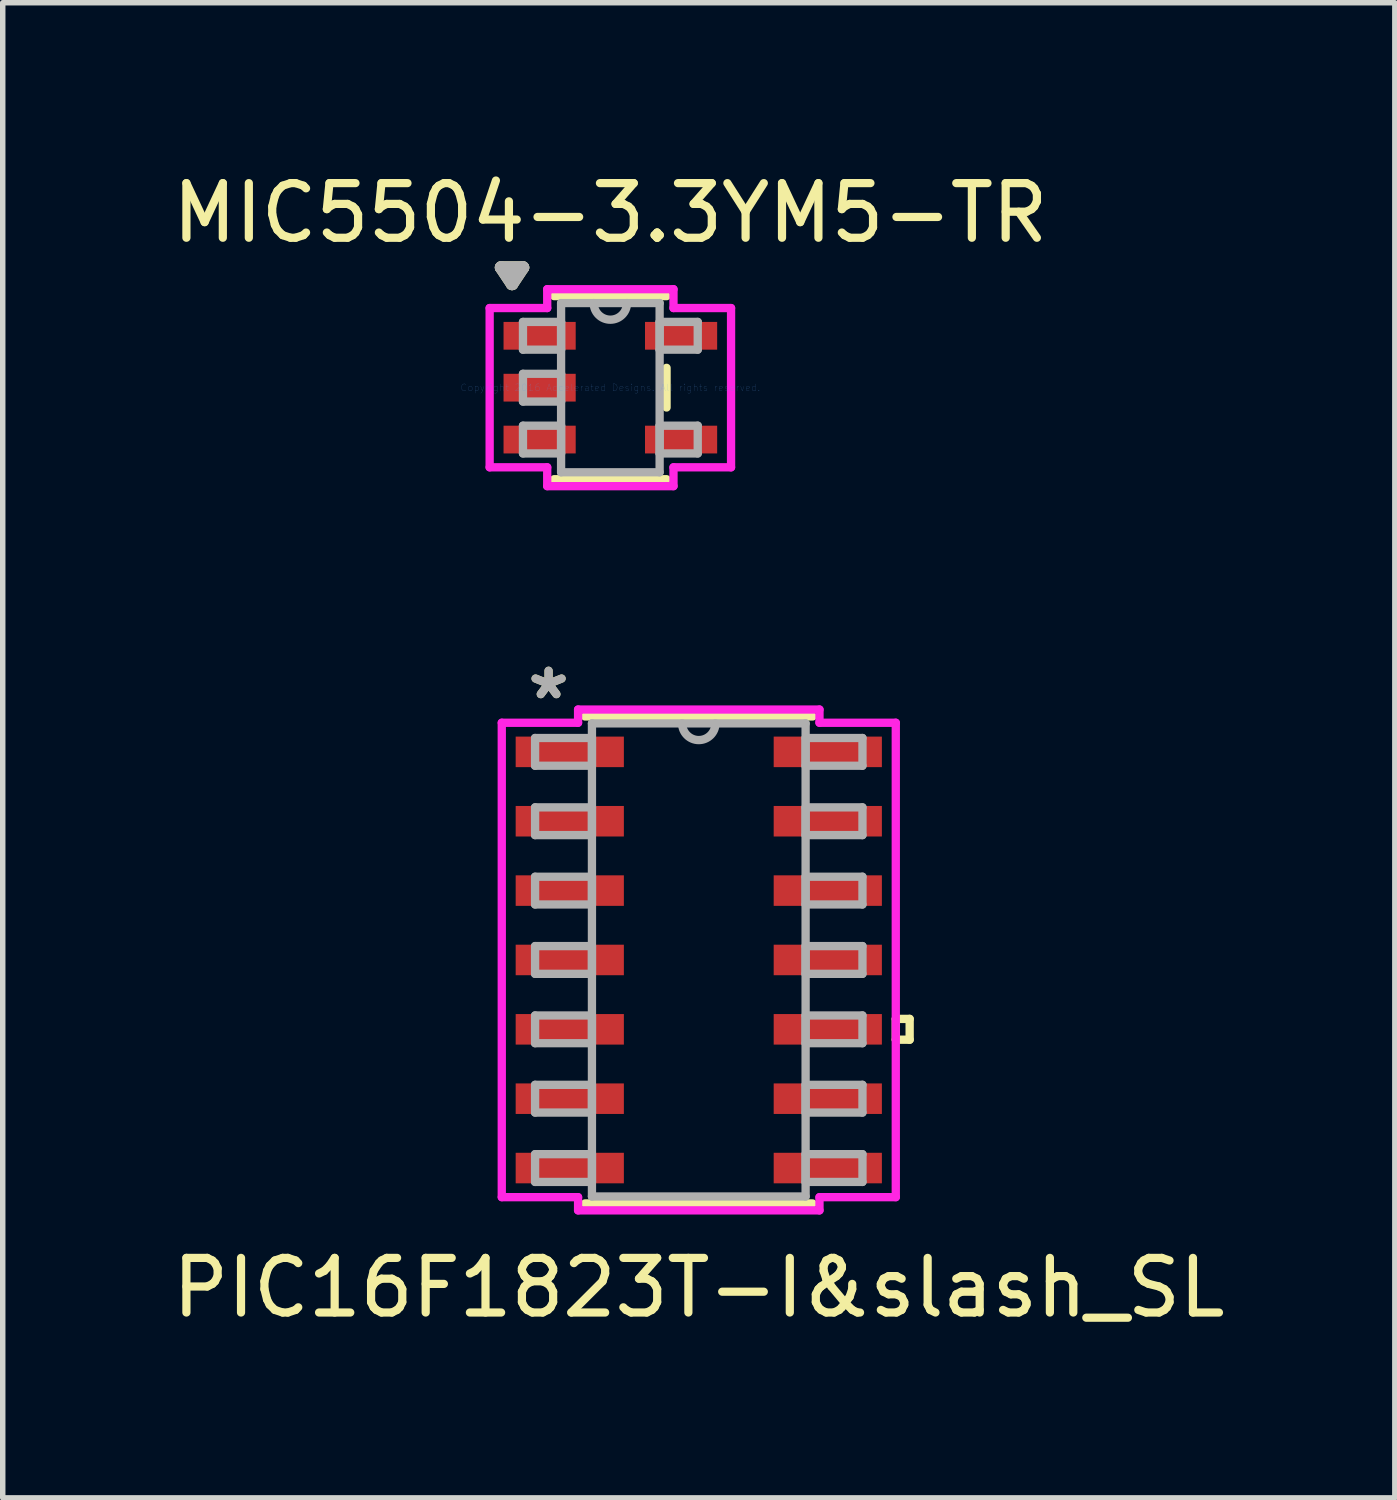
<source format=kicad_pcb>
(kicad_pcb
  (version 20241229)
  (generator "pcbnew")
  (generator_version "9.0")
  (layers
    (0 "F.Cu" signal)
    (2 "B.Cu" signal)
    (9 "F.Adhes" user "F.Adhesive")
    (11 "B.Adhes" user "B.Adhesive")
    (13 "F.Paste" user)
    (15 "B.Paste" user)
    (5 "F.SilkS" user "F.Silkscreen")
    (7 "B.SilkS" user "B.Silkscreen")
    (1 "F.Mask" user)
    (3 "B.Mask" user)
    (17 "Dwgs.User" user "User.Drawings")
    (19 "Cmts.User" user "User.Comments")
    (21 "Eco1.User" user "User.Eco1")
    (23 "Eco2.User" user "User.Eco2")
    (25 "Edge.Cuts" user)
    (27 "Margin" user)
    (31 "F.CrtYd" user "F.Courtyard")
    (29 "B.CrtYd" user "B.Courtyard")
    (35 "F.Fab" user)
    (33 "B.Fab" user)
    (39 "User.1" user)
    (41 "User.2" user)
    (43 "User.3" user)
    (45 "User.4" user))
  (footprint "PIC16F1823T-I&slash_SL"
    (layer "F.Cu")
    (at 9.744 14.526)
    (property "Reference" "PIC16F1823T-I&slash_SL" (at 0 6 0) (layer "F.SilkS") (effects (font (size 1 1) (thickness 0.15))))
    (attr through_hole)
    (fp_line (start -2.083 4.458) (end 2.083 4.458) (stroke (width 0.152) (type solid)) (layer "F.SilkS"))
    (fp_line (start 2.083 -4.458) (end -2.083 -4.458) (stroke (width 0.152) (type solid)) (layer "F.SilkS"))
    (fp_line (start 3.607 1.079) (end 3.861 1.079) (stroke (width 0.152) (type solid)) (layer "F.SilkS"))
    (fp_line (start 3.607 1.46) (end 3.607 1.079) (stroke (width 0.152) (type solid)) (layer "F.SilkS"))
    (fp_line (start 3.861 1.079) (end 3.861 1.46) (stroke (width 0.152) (type solid)) (layer "F.SilkS"))
    (fp_line (start 3.861 1.46) (end 3.607 1.46) (stroke (width 0.152) (type solid)) (layer "F.SilkS"))
    (fp_line (start -3.607 -4.343) (end -2.21 -4.343) (stroke (width 0.152) (type solid)) (layer "F.CrtYd"))
    (fp_line (start -3.607 4.343) (end -3.607 -4.343) (stroke (width 0.152) (type solid)) (layer "F.CrtYd"))
    (fp_line (start -2.21 -4.585) (end 2.21 -4.585) (stroke (width 0.152) (type solid)) (layer "F.CrtYd"))
    (fp_line (start -2.21 -4.343) (end -2.21 -4.585) (stroke (width 0.152) (type solid)) (layer "F.CrtYd"))
    (fp_line (start -2.21 4.343) (end -3.607 4.343) (stroke (width 0.152) (type solid)) (layer "F.CrtYd"))
    (fp_line (start -2.21 4.585) (end -2.21 4.343) (stroke (width 0.152) (type solid)) (layer "F.CrtYd"))
    (fp_line (start 2.21 -4.585) (end 2.21 -4.343) (stroke (width 0.152) (type solid)) (layer "F.CrtYd"))
    (fp_line (start 2.21 -4.343) (end 3.607 -4.343) (stroke (width 0.152) (type solid)) (layer "F.CrtYd"))
    (fp_line (start 2.21 4.343) (end 2.21 4.585) (stroke (width 0.152) (type solid)) (layer "F.CrtYd"))
    (fp_line (start 2.21 4.585) (end -2.21 4.585) (stroke (width 0.152) (type solid)) (layer "F.CrtYd"))
    (fp_line (start 3.607 -4.343) (end 3.607 4.343) (stroke (width 0.152) (type solid)) (layer "F.CrtYd"))
    (fp_line (start 3.607 4.343) (end 2.21 4.343) (stroke (width 0.152) (type solid)) (layer "F.CrtYd"))
    (fp_line (start -2.997 -4.064) (end -2.997 -3.556) (stroke (width 0.152) (type solid)) (layer "F.Fab"))
    (fp_line (start -2.997 -3.556) (end -1.956 -3.556) (stroke (width 0.152) (type solid)) (layer "F.Fab"))
    (fp_line (start -2.997 -2.794) (end -2.997 -2.286) (stroke (width 0.152) (type solid)) (layer "F.Fab"))
    (fp_line (start -2.997 -2.286) (end -1.956 -2.286) (stroke (width 0.152) (type solid)) (layer "F.Fab"))
    (fp_line (start -2.997 -1.524) (end -2.997 -1.016) (stroke (width 0.152) (type solid)) (layer "F.Fab"))
    (fp_line (start -2.997 -1.016) (end -1.956 -1.016) (stroke (width 0.152) (type solid)) (layer "F.Fab"))
    (fp_line (start -2.997 -0.254) (end -2.997 0.254) (stroke (width 0.152) (type solid)) (layer "F.Fab"))
    (fp_line (start -2.997 0.254) (end -1.956 0.254) (stroke (width 0.152) (type solid)) (layer "F.Fab"))
    (fp_line (start -2.997 1.016) (end -2.997 1.524) (stroke (width 0.152) (type solid)) (layer "F.Fab"))
    (fp_line (start -2.997 1.524) (end -1.956 1.524) (stroke (width 0.152) (type solid)) (layer "F.Fab"))
    (fp_line (start -2.997 2.286) (end -2.997 2.794) (stroke (width 0.152) (type solid)) (layer "F.Fab"))
    (fp_line (start -2.997 2.794) (end -1.956 2.794) (stroke (width 0.152) (type solid)) (layer "F.Fab"))
    (fp_line (start -2.997 3.556) (end -2.997 4.064) (stroke (width 0.152) (type solid)) (layer "F.Fab"))
    (fp_line (start -2.997 4.064) (end -1.956 4.064) (stroke (width 0.152) (type solid)) (layer "F.Fab"))
    (fp_line (start -1.956 -4.331) (end -1.956 4.331) (stroke (width 0.152) (type solid)) (layer "F.Fab"))
    (fp_line (start -1.956 -4.064) (end -2.997 -4.064) (stroke (width 0.152) (type solid)) (layer "F.Fab"))
    (fp_line (start -1.956 -3.556) (end -1.956 -4.064) (stroke (width 0.152) (type solid)) (layer "F.Fab"))
    (fp_line (start -1.956 -2.794) (end -2.997 -2.794) (stroke (width 0.152) (type solid)) (layer "F.Fab"))
    (fp_line (start -1.956 -2.286) (end -1.956 -2.794) (stroke (width 0.152) (type solid)) (layer "F.Fab"))
    (fp_line (start -1.956 -1.524) (end -2.997 -1.524) (stroke (width 0.152) (type solid)) (layer "F.Fab"))
    (fp_line (start -1.956 -1.016) (end -1.956 -1.524) (stroke (width 0.152) (type solid)) (layer "F.Fab"))
    (fp_line (start -1.956 -0.254) (end -2.997 -0.254) (stroke (width 0.152) (type solid)) (layer "F.Fab"))
    (fp_line (start -1.956 0.254) (end -1.956 -0.254) (stroke (width 0.152) (type solid)) (layer "F.Fab"))
    (fp_line (start -1.956 1.016) (end -2.997 1.016) (stroke (width 0.152) (type solid)) (layer "F.Fab"))
    (fp_line (start -1.956 1.524) (end -1.956 1.016) (stroke (width 0.152) (type solid)) (layer "F.Fab"))
    (fp_line (start -1.956 2.286) (end -2.997 2.286) (stroke (width 0.152) (type solid)) (layer "F.Fab"))
    (fp_line (start -1.956 2.794) (end -1.956 2.286) (stroke (width 0.152) (type solid)) (layer "F.Fab"))
    (fp_line (start -1.956 3.556) (end -2.997 3.556) (stroke (width 0.152) (type solid)) (layer "F.Fab"))
    (fp_line (start -1.956 4.064) (end -1.956 3.556) (stroke (width 0.152) (type solid)) (layer "F.Fab"))
    (fp_line (start -1.956 4.331) (end 1.956 4.331) (stroke (width 0.152) (type solid)) (layer "F.Fab"))
    (fp_line (start 1.956 -4.331) (end -1.956 -4.331) (stroke (width 0.152) (type solid)) (layer "F.Fab"))
    (fp_line (start 1.956 -4.064) (end 1.956 -3.556) (stroke (width 0.152) (type solid)) (layer "F.Fab"))
    (fp_line (start 1.956 -3.556) (end 2.997 -3.556) (stroke (width 0.152) (type solid)) (layer "F.Fab"))
    (fp_line (start 1.956 -2.794) (end 1.956 -2.286) (stroke (width 0.152) (type solid)) (layer "F.Fab"))
    (fp_line (start 1.956 -2.286) (end 2.997 -2.286) (stroke (width 0.152) (type solid)) (layer "F.Fab"))
    (fp_line (start 1.956 -1.524) (end 1.956 -1.016) (stroke (width 0.152) (type solid)) (layer "F.Fab"))
    (fp_line (start 1.956 -1.016) (end 2.997 -1.016) (stroke (width 0.152) (type solid)) (layer "F.Fab"))
    (fp_line (start 1.956 -0.254) (end 1.956 0.254) (stroke (width 0.152) (type solid)) (layer "F.Fab"))
    (fp_line (start 1.956 0.254) (end 2.997 0.254) (stroke (width 0.152) (type solid)) (layer "F.Fab"))
    (fp_line (start 1.956 1.016) (end 1.956 1.524) (stroke (width 0.152) (type solid)) (layer "F.Fab"))
    (fp_line (start 1.956 1.524) (end 2.997 1.524) (stroke (width 0.152) (type solid)) (layer "F.Fab"))
    (fp_line (start 1.956 2.286) (end 1.956 2.794) (stroke (width 0.152) (type solid)) (layer "F.Fab"))
    (fp_line (start 1.956 2.794) (end 2.997 2.794) (stroke (width 0.152) (type solid)) (layer "F.Fab"))
    (fp_line (start 1.956 3.556) (end 1.956 4.064) (stroke (width 0.152) (type solid)) (layer "F.Fab"))
    (fp_line (start 1.956 4.064) (end 2.997 4.064) (stroke (width 0.152) (type solid)) (layer "F.Fab"))
    (fp_line (start 1.956 4.331) (end 1.956 -4.331) (stroke (width 0.152) (type solid)) (layer "F.Fab"))
    (fp_line (start 2.997 -4.064) (end 1.956 -4.064) (stroke (width 0.152) (type solid)) (layer "F.Fab"))
    (fp_line (start 2.997 -3.556) (end 2.997 -4.064) (stroke (width 0.152) (type solid)) (layer "F.Fab"))
    (fp_line (start 2.997 -2.794) (end 1.956 -2.794) (stroke (width 0.152) (type solid)) (layer "F.Fab"))
    (fp_line (start 2.997 -2.286) (end 2.997 -2.794) (stroke (width 0.152) (type solid)) (layer "F.Fab"))
    (fp_line (start 2.997 -1.524) (end 1.956 -1.524) (stroke (width 0.152) (type solid)) (layer "F.Fab"))
    (fp_line (start 2.997 -1.016) (end 2.997 -1.524) (stroke (width 0.152) (type solid)) (layer "F.Fab"))
    (fp_line (start 2.997 -0.254) (end 1.956 -0.254) (stroke (width 0.152) (type solid)) (layer "F.Fab"))
    (fp_line (start 2.997 0.254) (end 2.997 -0.254) (stroke (width 0.152) (type solid)) (layer "F.Fab"))
    (fp_line (start 2.997 1.016) (end 1.956 1.016) (stroke (width 0.152) (type solid)) (layer "F.Fab"))
    (fp_line (start 2.997 1.524) (end 2.997 1.016) (stroke (width 0.152) (type solid)) (layer "F.Fab"))
    (fp_line (start 2.997 2.286) (end 1.956 2.286) (stroke (width 0.152) (type solid)) (layer "F.Fab"))
    (fp_line (start 2.997 2.794) (end 2.997 2.286) (stroke (width 0.152) (type solid)) (layer "F.Fab"))
    (fp_line (start 2.997 3.556) (end 1.956 3.556) (stroke (width 0.152) (type solid)) (layer "F.Fab"))
    (fp_line (start 2.997 4.064) (end 2.997 3.556) (stroke (width 0.152) (type solid)) (layer "F.Fab"))
    (fp_arc (start 0.3048 -4.3307) (mid 0 -4.0259) (end -0.3048 -4.3307) (stroke (width 0.1524) (type solid)) (layer "F.Fab"))
    (fp_text user "*" (at -2.75 -4.75 0) (layer "F.SilkS") (effects (font (size 1 1) (thickness 0.15))))
    (fp_text user "*" (at -2.75 -4.75 0) (layer "F.Fab") (effects (font (size 1 1) (thickness 0.15))))
    (pad "1" smd rect (at -2.362 -3.81) (size 1.981 0.559) (layers "F.Cu" "F.Mask" "F.Paste"))
    (pad "2" smd rect (at -2.362 -2.54) (size 1.981 0.559) (layers "F.Cu" "F.Mask" "F.Paste"))
    (pad "3" smd rect (at -2.362 -1.27) (size 1.981 0.559) (layers "F.Cu" "F.Mask" "F.Paste"))
    (pad "4" smd rect (at -2.362 0) (size 1.981 0.559) (layers "F.Cu" "F.Mask" "F.Paste"))
    (pad "5" smd rect (at -2.362 1.27) (size 1.981 0.559) (layers "F.Cu" "F.Mask" "F.Paste"))
    (pad "6" smd rect (at -2.362 2.54) (size 1.981 0.559) (layers "F.Cu" "F.Mask" "F.Paste"))
    (pad "7" smd rect (at -2.362 3.81) (size 1.981 0.559) (layers "F.Cu" "F.Mask" "F.Paste"))
    (pad "8" smd rect (at 2.362 3.81) (size 1.981 0.559) (layers "F.Cu" "F.Mask" "F.Paste"))
    (pad "9" smd rect (at 2.362 2.54) (size 1.981 0.559) (layers "F.Cu" "F.Mask" "F.Paste"))
    (pad "10" smd rect (at 2.362 1.27) (size 1.981 0.559) (layers "F.Cu" "F.Mask" "F.Paste"))
    (pad "11" smd rect (at 2.362 0) (size 1.981 0.559) (layers "F.Cu" "F.Mask" "F.Paste"))
    (pad "12" smd rect (at 2.362 -1.27) (size 1.981 0.559) (layers "F.Cu" "F.Mask" "F.Paste"))
    (pad "13" smd rect (at 2.362 -2.54) (size 1.981 0.559) (layers "F.Cu" "F.Mask" "F.Paste"))
    (pad "14" smd rect (at 2.362 -3.81) (size 1.981 0.559) (layers "F.Cu" "F.Mask" "F.Paste")))
  (footprint "MIC5504-3.3YM5-TR"
    (layer "F.Cu")
    (at 8.125 4.048)
    (property "Reference" "MIC5504-3.3YM5-TR" (at 0 -3.2 0) (layer "F.SilkS") (effects (font (size 1 1) (thickness 0.15))))
    (attr through_hole)
    (fp_line (start -2 -2.2) (end -1.6 -2.2) (stroke (width 0.23) (type solid)) (layer "F.SilkS"))
    (fp_line (start -1.8 -1.9) (end -2 -2.2) (stroke (width 0.23) (type solid)) (layer "F.SilkS"))
    (fp_line (start -1.6 -2.2) (end -1.8 -1.9) (stroke (width 0.23) (type solid)) (layer "F.SilkS"))
    (fp_line (start -1.029 1.676) (end 1.029 1.676) (stroke (width 0.152) (type solid)) (layer "F.SilkS"))
    (fp_line (start 1.029 -1.676) (end -1.029 -1.676) (stroke (width 0.152) (type solid)) (layer "F.SilkS"))
    (fp_line (start 1.029 0.363) (end 1.029 -0.363) (stroke (width 0.152) (type solid)) (layer "F.SilkS"))
    (fp_line (start -2.21 -1.458) (end -1.156 -1.458) (stroke (width 0.152) (type solid)) (layer "F.CrtYd"))
    (fp_line (start -2.21 1.458) (end -2.21 -1.458) (stroke (width 0.152) (type solid)) (layer "F.CrtYd"))
    (fp_line (start -1.156 -1.803) (end 1.156 -1.803) (stroke (width 0.152) (type solid)) (layer "F.CrtYd"))
    (fp_line (start -1.156 -1.458) (end -1.156 -1.803) (stroke (width 0.152) (type solid)) (layer "F.CrtYd"))
    (fp_line (start -1.156 1.458) (end -2.21 1.458) (stroke (width 0.152) (type solid)) (layer "F.CrtYd"))
    (fp_line (start -1.156 1.803) (end -1.156 1.458) (stroke (width 0.152) (type solid)) (layer "F.CrtYd"))
    (fp_line (start 1.156 -1.803) (end 1.156 -1.458) (stroke (width 0.152) (type solid)) (layer "F.CrtYd"))
    (fp_line (start 1.156 -1.458) (end 2.21 -1.458) (stroke (width 0.152) (type solid)) (layer "F.CrtYd"))
    (fp_line (start 1.156 1.458) (end 1.156 1.803) (stroke (width 0.152) (type solid)) (layer "F.CrtYd"))
    (fp_line (start 1.156 1.803) (end -1.156 1.803) (stroke (width 0.152) (type solid)) (layer "F.CrtYd"))
    (fp_line (start 2.21 -1.458) (end 2.21 1.458) (stroke (width 0.152) (type solid)) (layer "F.CrtYd"))
    (fp_line (start 2.21 1.458) (end 1.156 1.458) (stroke (width 0.152) (type solid)) (layer "F.CrtYd"))
    (fp_line (start -2 -2.2) (end -1.6 -2.2) (stroke (width 0.23) (type solid)) (layer "F.Fab"))
    (fp_line (start -1.8 -1.9) (end -2 -2.2) (stroke (width 0.23) (type solid)) (layer "F.Fab"))
    (fp_line (start -1.6 -1.204) (end -1.6 -0.696) (stroke (width 0.152) (type solid)) (layer "F.Fab"))
    (fp_line (start -1.6 -0.696) (end -0.902 -0.696) (stroke (width 0.152) (type solid)) (layer "F.Fab"))
    (fp_line (start -1.6 -0.254) (end -1.6 0.254) (stroke (width 0.152) (type solid)) (layer "F.Fab"))
    (fp_line (start -1.6 0.254) (end -0.902 0.254) (stroke (width 0.152) (type solid)) (layer "F.Fab"))
    (fp_line (start -1.6 0.696) (end -1.6 1.204) (stroke (width 0.152) (type solid)) (layer "F.Fab"))
    (fp_line (start -1.6 1.204) (end -0.902 1.204) (stroke (width 0.152) (type solid)) (layer "F.Fab"))
    (fp_line (start -1.6 -2.2) (end -1.8 -1.9) (stroke (width 0.23) (type solid)) (layer "F.Fab"))
    (fp_line (start -0.902 -1.549) (end -0.902 1.549) (stroke (width 0.152) (type solid)) (layer "F.Fab"))
    (fp_line (start -0.902 -1.204) (end -1.6 -1.204) (stroke (width 0.152) (type solid)) (layer "F.Fab"))
    (fp_line (start -0.902 -0.696) (end -0.902 -1.204) (stroke (width 0.152) (type solid)) (layer "F.Fab"))
    (fp_line (start -0.902 -0.254) (end -1.6 -0.254) (stroke (width 0.152) (type solid)) (layer "F.Fab"))
    (fp_line (start -0.902 0.254) (end -0.902 -0.254) (stroke (width 0.152) (type solid)) (layer "F.Fab"))
    (fp_line (start -0.902 0.696) (end -1.6 0.696) (stroke (width 0.152) (type solid)) (layer "F.Fab"))
    (fp_line (start -0.902 1.204) (end -0.902 0.696) (stroke (width 0.152) (type solid)) (layer "F.Fab"))
    (fp_line (start -0.902 1.549) (end 0.902 1.549) (stroke (width 0.152) (type solid)) (layer "F.Fab"))
    (fp_line (start 0.902 -1.549) (end -0.902 -1.549) (stroke (width 0.152) (type solid)) (layer "F.Fab"))
    (fp_line (start 0.902 -1.204) (end 0.902 -0.696) (stroke (width 0.152) (type solid)) (layer "F.Fab"))
    (fp_line (start 0.902 -0.696) (end 1.6 -0.696) (stroke (width 0.152) (type solid)) (layer "F.Fab"))
    (fp_line (start 0.902 0.696) (end 0.902 1.204) (stroke (width 0.152) (type solid)) (layer "F.Fab"))
    (fp_line (start 0.902 1.204) (end 1.6 1.204) (stroke (width 0.152) (type solid)) (layer "F.Fab"))
    (fp_line (start 0.902 1.549) (end 0.902 -1.549) (stroke (width 0.152) (type solid)) (layer "F.Fab"))
    (fp_line (start 1.6 -1.204) (end 0.902 -1.204) (stroke (width 0.152) (type solid)) (layer "F.Fab"))
    (fp_line (start 1.6 -0.696) (end 1.6 -1.204) (stroke (width 0.152) (type solid)) (layer "F.Fab"))
    (fp_line (start 1.6 0.696) (end 0.902 0.696) (stroke (width 0.152) (type solid)) (layer "F.Fab"))
    (fp_line (start 1.6 1.204) (end 1.6 0.696) (stroke (width 0.152) (type solid)) (layer "F.Fab"))
    (fp_arc (start 0.3048 -1.5494) (mid 0 -1.2446) (end -0.3048 -1.5494) (stroke (width 0.1524) (type solid)) (layer "F.Fab"))
    (fp_text user "Copyright 2016 Accelerated Designs. All rights reserved." (at 0 0 0) (layer "Cmts.User") (effects (font (size 0.127 0.127) (thickness 0.002))))
    (pad "1" smd rect (at -1.295 -0.95) (size 1.321 0.508) (layers "F.Cu" "F.Mask" "F.Paste"))
    (pad "2" smd rect (at -1.295 0) (size 1.321 0.508) (layers "F.Cu" "F.Mask" "F.Paste"))
    (pad "3" smd rect (at -1.295 0.95) (size 1.321 0.508) (layers "F.Cu" "F.Mask" "F.Paste"))
    (pad "4" smd rect (at 1.295 0.95) (size 1.321 0.508) (layers "F.Cu" "F.Mask" "F.Paste"))
    (pad "5" smd rect (at 1.295 -0.95) (size 1.321 0.508) (layers "F.Cu" "F.Mask" "F.Paste")))
  (gr_rect
    (start -3 -3)
    (end 22.488 24.374)
    (stroke (width 0.1) (type default))
    (fill no)
    (layer "Edge.Cuts")))
</source>
